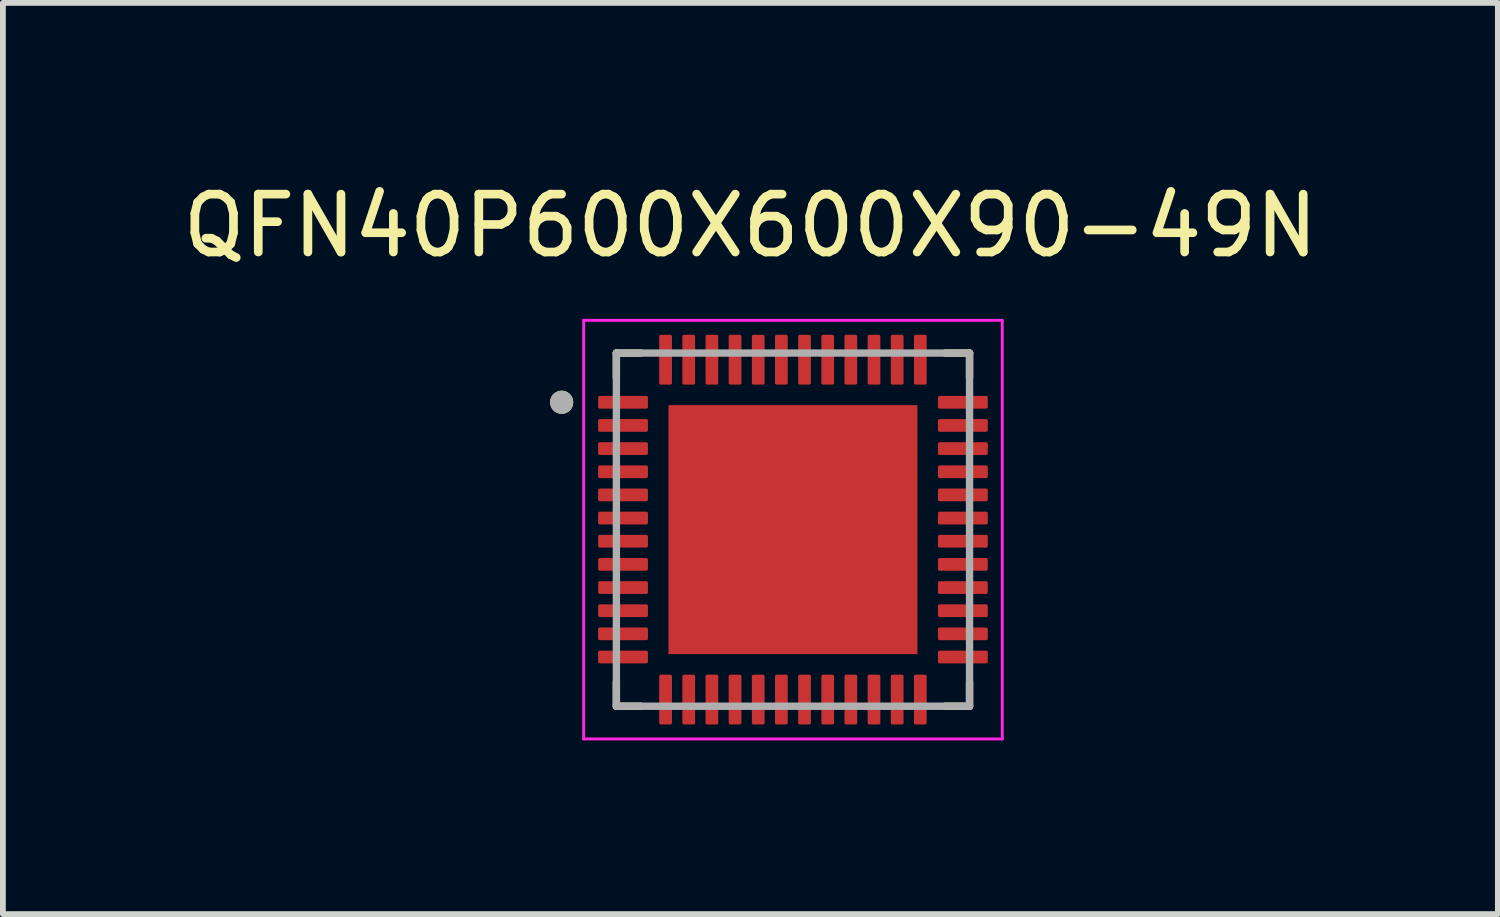
<source format=kicad_pcb>
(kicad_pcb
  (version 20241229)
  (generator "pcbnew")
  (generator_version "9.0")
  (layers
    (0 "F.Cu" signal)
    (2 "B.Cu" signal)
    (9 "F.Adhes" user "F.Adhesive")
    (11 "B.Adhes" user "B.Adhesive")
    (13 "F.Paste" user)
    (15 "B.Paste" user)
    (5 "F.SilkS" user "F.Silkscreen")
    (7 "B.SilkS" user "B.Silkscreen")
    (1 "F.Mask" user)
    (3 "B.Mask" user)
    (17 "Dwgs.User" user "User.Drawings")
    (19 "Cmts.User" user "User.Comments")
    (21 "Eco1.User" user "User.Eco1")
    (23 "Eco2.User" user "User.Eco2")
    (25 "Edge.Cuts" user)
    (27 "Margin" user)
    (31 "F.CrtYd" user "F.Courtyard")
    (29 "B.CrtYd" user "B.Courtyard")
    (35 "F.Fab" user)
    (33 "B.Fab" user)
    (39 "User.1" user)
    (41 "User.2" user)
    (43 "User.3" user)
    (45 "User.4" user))
  (footprint "QFN40P600X600X90-49N"
    (layer "F.Cu")
    (at 10.646 6.098)
    (property "Reference" "QFN40P600X600X90-49N" (at -0.735 -5.25 0) (layer "F.SilkS") (effects (font (size 1 1) (thickness 0.15))))
    (attr smd)
    (fp_line (start -3.05 -3.05) (end -3.05 -2.63) (stroke (width 0.127) (type solid)) (layer "F.SilkS"))
    (fp_line (start -3.05 -3.05) (end -2.63 -3.05) (stroke (width 0.127) (type solid)) (layer "F.SilkS"))
    (fp_line (start -3.05 3.05) (end -3.05 2.63) (stroke (width 0.127) (type solid)) (layer "F.SilkS"))
    (fp_line (start -3.05 3.05) (end -2.63 3.05) (stroke (width 0.127) (type solid)) (layer "F.SilkS"))
    (fp_line (start 3.05 -3.05) (end 2.63 -3.05) (stroke (width 0.127) (type solid)) (layer "F.SilkS"))
    (fp_line (start 3.05 -3.05) (end 3.05 -2.63) (stroke (width 0.127) (type solid)) (layer "F.SilkS"))
    (fp_line (start 3.05 3.05) (end 2.63 3.05) (stroke (width 0.127) (type solid)) (layer "F.SilkS"))
    (fp_line (start 3.05 3.05) (end 3.05 2.63) (stroke (width 0.127) (type solid)) (layer "F.SilkS"))
    (fp_circle (center -3.995 -2.2) (end -3.895 -2.2) (stroke (width 0.2) (type solid)) (fill no) (layer "F.SilkS"))
    (fp_poly (pts (xy -1.755 -1.755) (xy -0.395 -1.755) (xy -0.395 -0.395) (xy -1.755 -0.395)) (stroke (width 0.01) (type solid)) (fill yes) (layer "F.Paste"))
    (fp_poly (pts (xy -1.755 0.395) (xy -0.395 0.395) (xy -0.395 1.755) (xy -1.755 1.755)) (stroke (width 0.01) (type solid)) (fill yes) (layer "F.Paste"))
    (fp_poly (pts (xy 0.395 -1.755) (xy 1.755 -1.755) (xy 1.755 -0.395) (xy 0.395 -0.395)) (stroke (width 0.01) (type solid)) (fill yes) (layer "F.Paste"))
    (fp_poly (pts (xy 0.395 0.395) (xy 1.755 0.395) (xy 1.755 1.755) (xy 0.395 1.755)) (stroke (width 0.01) (type solid)) (fill yes) (layer "F.Paste"))
    (fp_line (start -3.615 -3.615) (end 3.615 -3.615) (stroke (width 0.05) (type solid)) (layer "F.CrtYd"))
    (fp_line (start -3.615 3.615) (end -3.615 -3.615) (stroke (width 0.05) (type solid)) (layer "F.CrtYd"))
    (fp_line (start -3.615 3.615) (end 3.615 3.615) (stroke (width 0.05) (type solid)) (layer "F.CrtYd"))
    (fp_line (start 3.615 3.615) (end 3.615 -3.615) (stroke (width 0.05) (type solid)) (layer "F.CrtYd"))
    (fp_line (start -3.05 3.05) (end -3.05 -3.05) (stroke (width 0.127) (type solid)) (layer "F.Fab"))
    (fp_line (start 3.05 -3.05) (end -3.05 -3.05) (stroke (width 0.127) (type solid)) (layer "F.Fab"))
    (fp_line (start 3.05 3.05) (end -3.05 3.05) (stroke (width 0.127) (type solid)) (layer "F.Fab"))
    (fp_line (start 3.05 3.05) (end 3.05 -3.05) (stroke (width 0.127) (type solid)) (layer "F.Fab"))
    (fp_circle (center -3.995 -2.2) (end -3.895 -2.2) (stroke (width 0.2) (type solid)) (fill no) (layer "F.Fab"))
    (pad "1" smd roundrect (at -2.935 -2.2) (size 0.86 0.22) (layers "F.Cu" "F.Mask" "F.Paste") (roundrect_rratio 0.125))
    (pad "2" smd roundrect (at -2.935 -1.8) (size 0.86 0.22) (layers "F.Cu" "F.Mask" "F.Paste") (roundrect_rratio 0.125))
    (pad "3" smd roundrect (at -2.935 -1.4) (size 0.86 0.22) (layers "F.Cu" "F.Mask" "F.Paste") (roundrect_rratio 0.125))
    (pad "4" smd roundrect (at -2.935 -1) (size 0.86 0.22) (layers "F.Cu" "F.Mask" "F.Paste") (roundrect_rratio 0.125))
    (pad "5" smd roundrect (at -2.935 -0.6) (size 0.86 0.22) (layers "F.Cu" "F.Mask" "F.Paste") (roundrect_rratio 0.125))
    (pad "6" smd roundrect (at -2.935 -0.2) (size 0.86 0.22) (layers "F.Cu" "F.Mask" "F.Paste") (roundrect_rratio 0.125))
    (pad "7" smd roundrect (at -2.935 0.2) (size 0.86 0.22) (layers "F.Cu" "F.Mask" "F.Paste") (roundrect_rratio 0.125))
    (pad "8" smd roundrect (at -2.935 0.6) (size 0.86 0.22) (layers "F.Cu" "F.Mask" "F.Paste") (roundrect_rratio 0.125))
    (pad "9" smd roundrect (at -2.935 1) (size 0.86 0.22) (layers "F.Cu" "F.Mask" "F.Paste") (roundrect_rratio 0.125))
    (pad "10" smd roundrect (at -2.935 1.4) (size 0.86 0.22) (layers "F.Cu" "F.Mask" "F.Paste") (roundrect_rratio 0.125))
    (pad "11" smd roundrect (at -2.935 1.8) (size 0.86 0.22) (layers "F.Cu" "F.Mask" "F.Paste") (roundrect_rratio 0.125))
    (pad "12" smd roundrect (at -2.935 2.2) (size 0.86 0.22) (layers "F.Cu" "F.Mask" "F.Paste") (roundrect_rratio 0.125))
    (pad "13" smd roundrect (at -2.2 2.935) (size 0.22 0.86) (layers "F.Cu" "F.Mask" "F.Paste") (roundrect_rratio 0.125))
    (pad "14" smd roundrect (at -1.8 2.935) (size 0.22 0.86) (layers "F.Cu" "F.Mask" "F.Paste") (roundrect_rratio 0.125))
    (pad "15" smd roundrect (at -1.4 2.935) (size 0.22 0.86) (layers "F.Cu" "F.Mask" "F.Paste") (roundrect_rratio 0.125))
    (pad "16" smd roundrect (at -1 2.935) (size 0.22 0.86) (layers "F.Cu" "F.Mask" "F.Paste") (roundrect_rratio 0.125))
    (pad "17" smd roundrect (at -0.6 2.935) (size 0.22 0.86) (layers "F.Cu" "F.Mask" "F.Paste") (roundrect_rratio 0.125))
    (pad "18" smd roundrect (at -0.2 2.935) (size 0.22 0.86) (layers "F.Cu" "F.Mask" "F.Paste") (roundrect_rratio 0.125))
    (pad "19" smd roundrect (at 0.2 2.935) (size 0.22 0.86) (layers "F.Cu" "F.Mask" "F.Paste") (roundrect_rratio 0.125))
    (pad "20" smd roundrect (at 0.6 2.935) (size 0.22 0.86) (layers "F.Cu" "F.Mask" "F.Paste") (roundrect_rratio 0.125))
    (pad "21" smd roundrect (at 1 2.935) (size 0.22 0.86) (layers "F.Cu" "F.Mask" "F.Paste") (roundrect_rratio 0.125))
    (pad "22" smd roundrect (at 1.4 2.935) (size 0.22 0.86) (layers "F.Cu" "F.Mask" "F.Paste") (roundrect_rratio 0.125))
    (pad "23" smd roundrect (at 1.8 2.935) (size 0.22 0.86) (layers "F.Cu" "F.Mask" "F.Paste") (roundrect_rratio 0.125))
    (pad "24" smd roundrect (at 2.2 2.935) (size 0.22 0.86) (layers "F.Cu" "F.Mask" "F.Paste") (roundrect_rratio 0.125))
    (pad "25" smd roundrect (at 2.935 2.2) (size 0.86 0.22) (layers "F.Cu" "F.Mask" "F.Paste") (roundrect_rratio 0.125))
    (pad "26" smd roundrect (at 2.935 1.8) (size 0.86 0.22) (layers "F.Cu" "F.Mask" "F.Paste") (roundrect_rratio 0.125))
    (pad "27" smd roundrect (at 2.935 1.4) (size 0.86 0.22) (layers "F.Cu" "F.Mask" "F.Paste") (roundrect_rratio 0.125))
    (pad "28" smd roundrect (at 2.935 1) (size 0.86 0.22) (layers "F.Cu" "F.Mask" "F.Paste") (roundrect_rratio 0.125))
    (pad "29" smd roundrect (at 2.935 0.6) (size 0.86 0.22) (layers "F.Cu" "F.Mask" "F.Paste") (roundrect_rratio 0.125))
    (pad "30" smd roundrect (at 2.935 0.2) (size 0.86 0.22) (layers "F.Cu" "F.Mask" "F.Paste") (roundrect_rratio 0.125))
    (pad "31" smd roundrect (at 2.935 -0.2) (size 0.86 0.22) (layers "F.Cu" "F.Mask" "F.Paste") (roundrect_rratio 0.125))
    (pad "32" smd roundrect (at 2.935 -0.6) (size 0.86 0.22) (layers "F.Cu" "F.Mask" "F.Paste") (roundrect_rratio 0.125))
    (pad "33" smd roundrect (at 2.935 -1) (size 0.86 0.22) (layers "F.Cu" "F.Mask" "F.Paste") (roundrect_rratio 0.125))
    (pad "34" smd roundrect (at 2.935 -1.4) (size 0.86 0.22) (layers "F.Cu" "F.Mask" "F.Paste") (roundrect_rratio 0.125))
    (pad "35" smd roundrect (at 2.935 -1.8) (size 0.86 0.22) (layers "F.Cu" "F.Mask" "F.Paste") (roundrect_rratio 0.125))
    (pad "36" smd roundrect (at 2.935 -2.2) (size 0.86 0.22) (layers "F.Cu" "F.Mask" "F.Paste") (roundrect_rratio 0.125))
    (pad "37" smd roundrect (at 2.2 -2.935) (size 0.22 0.86) (layers "F.Cu" "F.Mask" "F.Paste") (roundrect_rratio 0.125))
    (pad "38" smd roundrect (at 1.8 -2.935) (size 0.22 0.86) (layers "F.Cu" "F.Mask" "F.Paste") (roundrect_rratio 0.125))
    (pad "39" smd roundrect (at 1.4 -2.935) (size 0.22 0.86) (layers "F.Cu" "F.Mask" "F.Paste") (roundrect_rratio 0.125))
    (pad "40" smd roundrect (at 1 -2.935) (size 0.22 0.86) (layers "F.Cu" "F.Mask" "F.Paste") (roundrect_rratio 0.125))
    (pad "41" smd roundrect (at 0.6 -2.935) (size 0.22 0.86) (layers "F.Cu" "F.Mask" "F.Paste") (roundrect_rratio 0.125))
    (pad "42" smd roundrect (at 0.2 -2.935) (size 0.22 0.86) (layers "F.Cu" "F.Mask" "F.Paste") (roundrect_rratio 0.125))
    (pad "43" smd roundrect (at -0.2 -2.935) (size 0.22 0.86) (layers "F.Cu" "F.Mask" "F.Paste") (roundrect_rratio 0.125))
    (pad "44" smd roundrect (at -0.6 -2.935) (size 0.22 0.86) (layers "F.Cu" "F.Mask" "F.Paste") (roundrect_rratio 0.125))
    (pad "45" smd roundrect (at -1 -2.935) (size 0.22 0.86) (layers "F.Cu" "F.Mask" "F.Paste") (roundrect_rratio 0.125))
    (pad "46" smd roundrect (at -1.4 -2.935) (size 0.22 0.86) (layers "F.Cu" "F.Mask" "F.Paste") (roundrect_rratio 0.125))
    (pad "47" smd roundrect (at -1.8 -2.935) (size 0.22 0.86) (layers "F.Cu" "F.Mask" "F.Paste") (roundrect_rratio 0.125))
    (pad "48" smd roundrect (at -2.2 -2.935) (size 0.22 0.86) (layers "F.Cu" "F.Mask" "F.Paste") (roundrect_rratio 0.125))
    (pad "49" smd rect (at 0 0) (size 4.3 4.3) (layers "F.Cu" "F.Mask")))
  (gr_rect
    (start -3 -3)
    (end 22.821 12.738)
    (stroke (width 0.1) (type default))
    (fill no)
    (layer "Edge.Cuts")))
</source>
